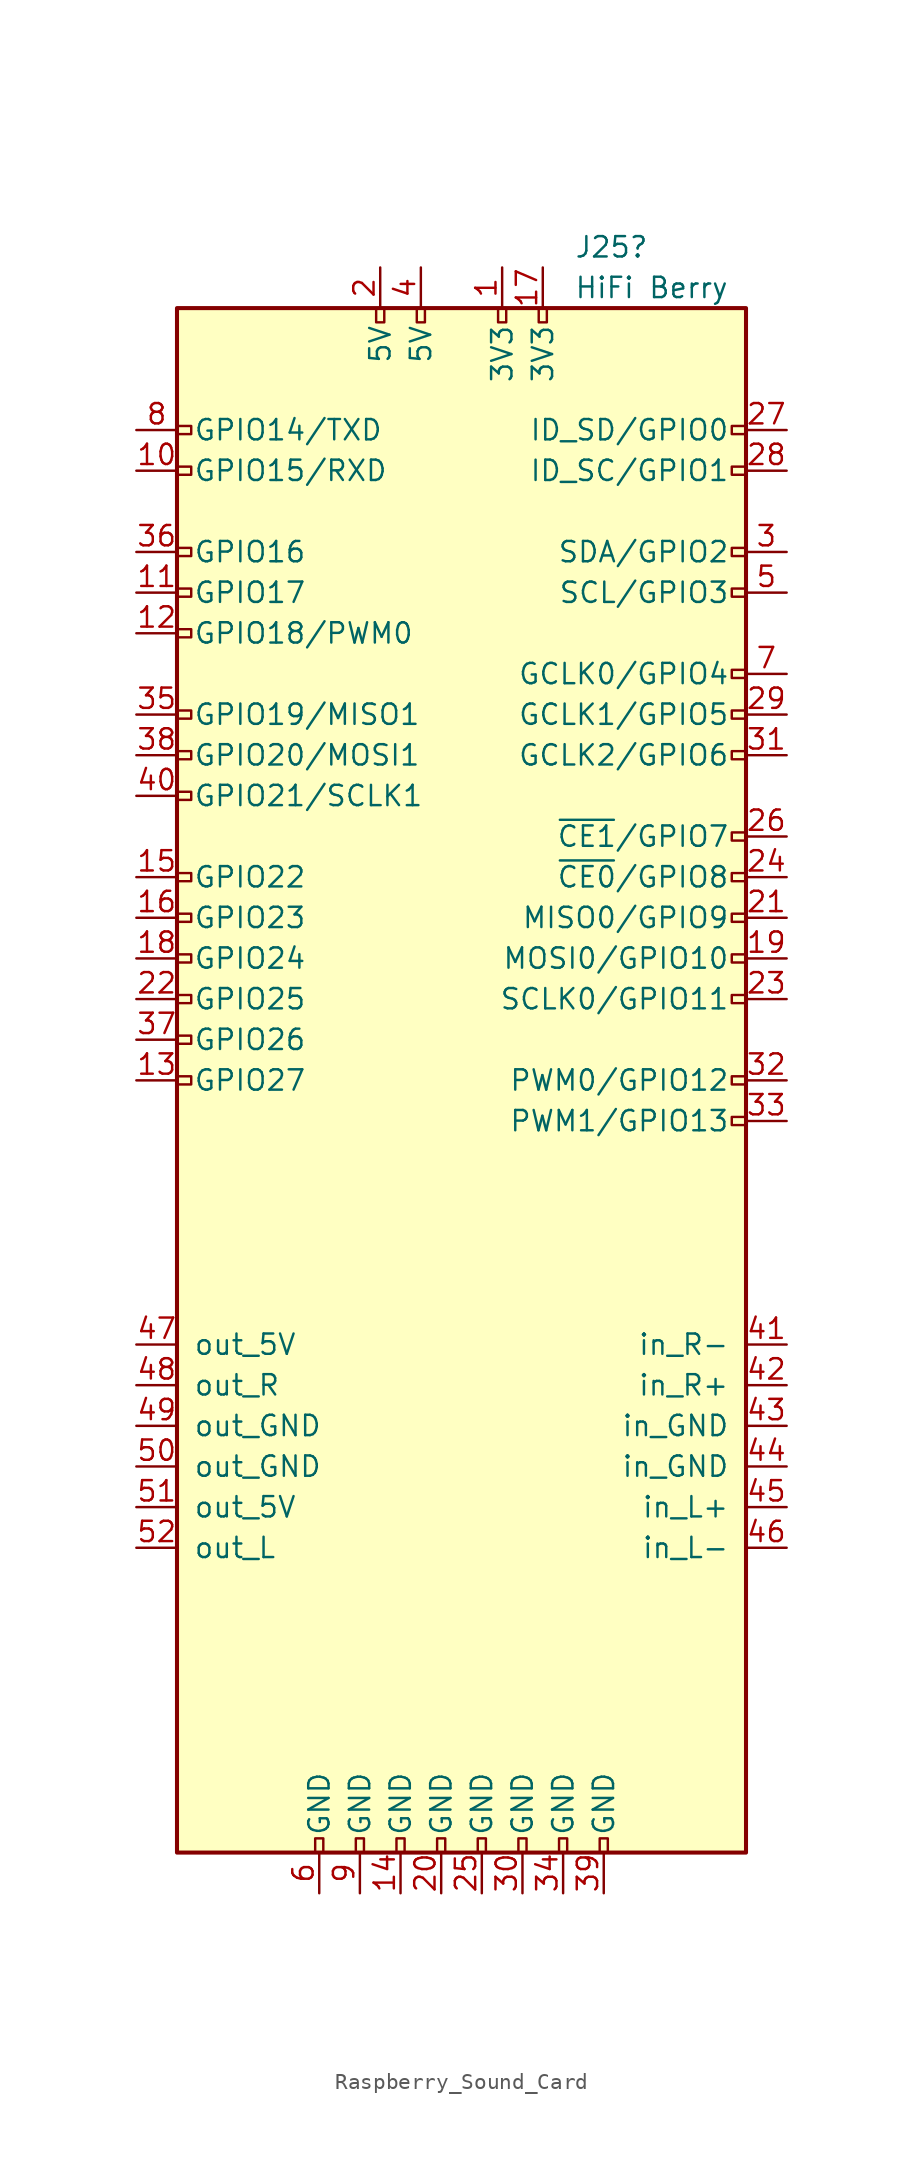
<source format=kicad_sym>
(kicad_symbol_lib
  (version 20220914)
  (generator kicad_symbol_editor)
  (symbol "Raspberry_Sound_Card"
    (pin_names
      (offset 1.016))
    (property "Reference" "J25"
      (at 7.036 34.29 0)
      (effects (font (size 1.27 1.27)) (justify left)))
    (property "Value" "HiFi Berry"
      (at 7.036 31.75 0)
      (effects (font (size 1.27 1.27)) (justify left)))
    (symbol "Raspberry_Sound_Card_0_1"
      (rectangle (start -17.78 30.48) (end 17.78 -66.04) (stroke (width 0.254) (type default)) (fill (type background))))
    (symbol "Raspberry_Sound_Card_1_1"
      (rectangle (start -16.891 -17.526) (end -17.78 -18.034) (stroke (width 0) (type default)) (fill (type none)))
      (rectangle (start -16.891 -14.986) (end -17.78 -15.494) (stroke (width 0) (type default)) (fill (type none)))
      (rectangle (start -16.891 -12.446) (end -17.78 -12.954) (stroke (width 0) (type default)) (fill (type none)))
      (rectangle (start -16.891 -9.906) (end -17.78 -10.414) (stroke (width 0) (type default)) (fill (type none)))
      (rectangle (start -16.891 -7.366) (end -17.78 -7.874) (stroke (width 0) (type default)) (fill (type none)))
      (rectangle (start -16.891 -4.826) (end -17.78 -5.334) (stroke (width 0) (type default)) (fill (type none)))
      (rectangle (start -16.891 0.254) (end -17.78 -0.254) (stroke (width 0) (type default)) (fill (type none)))
      (rectangle (start -16.891 2.794) (end -17.78 2.286) (stroke (width 0) (type default)) (fill (type none)))
      (rectangle (start -16.891 5.334) (end -17.78 4.826) (stroke (width 0) (type default)) (fill (type none)))
      (rectangle (start -16.891 10.414) (end -17.78 9.906) (stroke (width 0) (type default)) (fill (type none)))
      (rectangle (start -16.891 12.954) (end -17.78 12.446) (stroke (width 0) (type default)) (fill (type none)))
      (rectangle (start -16.891 15.494) (end -17.78 14.986) (stroke (width 0) (type default)) (fill (type none)))
      (rectangle (start -16.891 20.574) (end -17.78 20.066) (stroke (width 0) (type default)) (fill (type none)))
      (rectangle (start -16.891 23.114) (end -17.78 22.606) (stroke (width 0) (type default)) (fill (type none)))
      (rectangle (start -9.144 -65.151) (end -8.636 -66.04) (stroke (width 0) (type default)) (fill (type none)))
      (rectangle (start -6.604 -65.151) (end -6.096 -66.04) (stroke (width 0) (type default)) (fill (type none)))
      (rectangle (start -5.334 30.48) (end -4.826 29.591) (stroke (width 0) (type default)) (fill (type none)))
      (rectangle (start -4.064 -65.151) (end -3.556 -66.04) (stroke (width 0) (type default)) (fill (type none)))
      (rectangle (start -2.794 30.48) (end -2.286 29.591) (stroke (width 0) (type default)) (fill (type none)))
      (rectangle (start -1.524 -65.151) (end -1.016 -66.04) (stroke (width 0) (type default)) (fill (type none)))
      (rectangle (start 1.016 -65.151) (end 1.524 -66.04) (stroke (width 0) (type default)) (fill (type none)))
      (rectangle (start 2.286 30.48) (end 2.794 29.591) (stroke (width 0) (type default)) (fill (type none)))
      (rectangle (start 3.556 -65.151) (end 4.064 -66.04) (stroke (width 0) (type default)) (fill (type none)))
      (rectangle (start 4.826 30.48) (end 5.334 29.591) (stroke (width 0) (type default)) (fill (type none)))
      (rectangle (start 6.096 -65.151) (end 6.604 -66.04) (stroke (width 0) (type default)) (fill (type none)))
      (rectangle (start 8.636 -65.151) (end 9.144 -66.04) (stroke (width 0) (type default)) (fill (type none)))
      (rectangle (start 17.78 -20.066) (end 16.891 -20.574) (stroke (width 0) (type default)) (fill (type none)))
      (rectangle (start 17.78 -17.526) (end 16.891 -18.034) (stroke (width 0) (type default)) (fill (type none)))
      (rectangle (start 17.78 -12.446) (end 16.891 -12.954) (stroke (width 0) (type default)) (fill (type none)))
      (rectangle (start 17.78 -9.906) (end 16.891 -10.414) (stroke (width 0) (type default)) (fill (type none)))
      (rectangle (start 17.78 -7.366) (end 16.891 -7.874) (stroke (width 0) (type default)) (fill (type none)))
      (rectangle (start 17.78 -4.826) (end 16.891 -5.334) (stroke (width 0) (type default)) (fill (type none)))
      (rectangle (start 17.78 -2.286) (end 16.891 -2.794) (stroke (width 0) (type default)) (fill (type none)))
      (rectangle (start 17.78 2.794) (end 16.891 2.286) (stroke (width 0) (type default)) (fill (type none)))
      (rectangle (start 17.78 5.334) (end 16.891 4.826) (stroke (width 0) (type default)) (fill (type none)))
      (rectangle (start 17.78 7.874) (end 16.891 7.366) (stroke (width 0) (type default)) (fill (type none)))
      (rectangle (start 17.78 12.954) (end 16.891 12.446) (stroke (width 0) (type default)) (fill (type none)))
      (rectangle (start 17.78 15.494) (end 16.891 14.986) (stroke (width 0) (type default)) (fill (type none)))
      (rectangle (start 17.78 20.574) (end 16.891 20.066) (stroke (width 0) (type default)) (fill (type none)))
      (rectangle (start 17.78 23.114) (end 16.891 22.606) (stroke (width 0) (type default)) (fill (type none)))
      (pin power_in line (at 2.54 33.02 270) (length 2.54) (name "3V3" (effects (font (size 1.27 1.27)))) (number "1" (effects (font (size 1.27 1.27)))))
      (pin bidirectional line (at -20.32 20.32 0) (length 2.54) (name "GPIO15/RXD" (effects (font (size 1.27 1.27)))) (number "10" (effects (font (size 1.27 1.27)))))
      (pin bidirectional line (at -20.32 12.7 0) (length 2.54) (name "GPIO17" (effects (font (size 1.27 1.27)))) (number "11" (effects (font (size 1.27 1.27)))))
      (pin bidirectional line (at -20.32 10.16 0) (length 2.54) (name "GPIO18/PWM0" (effects (font (size 1.27 1.27)))) (number "12" (effects (font (size 1.27 1.27)))))
      (pin bidirectional line (at -20.32 -17.78 0) (length 2.54) (name "GPIO27" (effects (font (size 1.27 1.27)))) (number "13" (effects (font (size 1.27 1.27)))))
      (pin power_in line (at -3.81 -68.58 90) (length 2.54) (name "GND" (effects (font (size 1.27 1.27)))) (number "14" (effects (font (size 1.27 1.27)))))
      (pin bidirectional line (at -20.32 -5.08 0) (length 2.54) (name "GPIO22" (effects (font (size 1.27 1.27)))) (number "15" (effects (font (size 1.27 1.27)))))
      (pin bidirectional line (at -20.32 -7.62 0) (length 2.54) (name "GPIO23" (effects (font (size 1.27 1.27)))) (number "16" (effects (font (size 1.27 1.27)))))
      (pin power_in line (at 5.08 33.02 270) (length 2.54) (name "3V3" (effects (font (size 1.27 1.27)))) (number "17" (effects (font (size 1.27 1.27)))))
      (pin bidirectional line (at -20.32 -10.16 0) (length 2.54) (name "GPIO24" (effects (font (size 1.27 1.27)))) (number "18" (effects (font (size 1.27 1.27)))))
      (pin bidirectional line (at 20.32 -10.16 180) (length 2.54) (name "MOSI0/GPIO10" (effects (font (size 1.27 1.27)))) (number "19" (effects (font (size 1.27 1.27)))))
      (pin power_in line (at -5.08 33.02 270) (length 2.54) (name "5V" (effects (font (size 1.27 1.27)))) (number "2" (effects (font (size 1.27 1.27)))))
      (pin power_in line (at -1.27 -68.58 90) (length 2.54) (name "GND" (effects (font (size 1.27 1.27)))) (number "20" (effects (font (size 1.27 1.27)))))
      (pin bidirectional line (at 20.32 -7.62 180) (length 2.54) (name "MISO0/GPIO9" (effects (font (size 1.27 1.27)))) (number "21" (effects (font (size 1.27 1.27)))))
      (pin bidirectional line (at -20.32 -12.7 0) (length 2.54) (name "GPIO25" (effects (font (size 1.27 1.27)))) (number "22" (effects (font (size 1.27 1.27)))))
      (pin bidirectional line (at 20.32 -12.7 180) (length 2.54) (name "SCLK0/GPIO11" (effects (font (size 1.27 1.27)))) (number "23" (effects (font (size 1.27 1.27)))))
      (pin bidirectional line (at 20.32 -5.08 180) (length 2.54) (name "~{CE0}/GPIO8" (effects (font (size 1.27 1.27)))) (number "24" (effects (font (size 1.27 1.27)))))
      (pin power_in line (at 1.27 -68.58 90) (length 2.54) (name "GND" (effects (font (size 1.27 1.27)))) (number "25" (effects (font (size 1.27 1.27)))))
      (pin bidirectional line (at 20.32 -2.54 180) (length 2.54) (name "~{CE1}/GPIO7" (effects (font (size 1.27 1.27)))) (number "26" (effects (font (size 1.27 1.27)))))
      (pin bidirectional line (at 20.32 22.86 180) (length 2.54) (name "ID_SD/GPIO0" (effects (font (size 1.27 1.27)))) (number "27" (effects (font (size 1.27 1.27)))))
      (pin bidirectional line (at 20.32 20.32 180) (length 2.54) (name "ID_SC/GPIO1" (effects (font (size 1.27 1.27)))) (number "28" (effects (font (size 1.27 1.27)))))
      (pin bidirectional line (at 20.32 5.08 180) (length 2.54) (name "GCLK1/GPIO5" (effects (font (size 1.27 1.27)))) (number "29" (effects (font (size 1.27 1.27)))))
      (pin bidirectional line (at 20.32 15.24 180) (length 2.54) (name "SDA/GPIO2" (effects (font (size 1.27 1.27)))) (number "3" (effects (font (size 1.27 1.27)))))
      (pin power_in line (at 3.81 -68.58 90) (length 2.54) (name "GND" (effects (font (size 1.27 1.27)))) (number "30" (effects (font (size 1.27 1.27)))))
      (pin bidirectional line (at 20.32 2.54 180) (length 2.54) (name "GCLK2/GPIO6" (effects (font (size 1.27 1.27)))) (number "31" (effects (font (size 1.27 1.27)))))
      (pin bidirectional line (at 20.32 -17.78 180) (length 2.54) (name "PWM0/GPIO12" (effects (font (size 1.27 1.27)))) (number "32" (effects (font (size 1.27 1.27)))))
      (pin bidirectional line (at 20.32 -20.32 180) (length 2.54) (name "PWM1/GPIO13" (effects (font (size 1.27 1.27)))) (number "33" (effects (font (size 1.27 1.27)))))
      (pin power_in line (at 6.35 -68.58 90) (length 2.54) (name "GND" (effects (font (size 1.27 1.27)))) (number "34" (effects (font (size 1.27 1.27)))))
      (pin bidirectional line (at -20.32 5.08 0) (length 2.54) (name "GPIO19/MISO1" (effects (font (size 1.27 1.27)))) (number "35" (effects (font (size 1.27 1.27)))))
      (pin bidirectional line (at -20.32 15.24 0) (length 2.54) (name "GPIO16" (effects (font (size 1.27 1.27)))) (number "36" (effects (font (size 1.27 1.27)))))
      (pin bidirectional line (at -20.32 -15.24 0) (length 2.54) (name "GPIO26" (effects (font (size 1.27 1.27)))) (number "37" (effects (font (size 1.27 1.27)))))
      (pin bidirectional line (at -20.32 2.54 0) (length 2.54) (name "GPIO20/MOSI1" (effects (font (size 1.27 1.27)))) (number "38" (effects (font (size 1.27 1.27)))))
      (pin power_in line (at 8.89 -68.58 90) (length 2.54) (name "GND" (effects (font (size 1.27 1.27)))) (number "39" (effects (font (size 1.27 1.27)))))
      (pin power_in line (at -2.54 33.02 270) (length 2.54) (name "5V" (effects (font (size 1.27 1.27)))) (number "4" (effects (font (size 1.27 1.27)))))
      (pin bidirectional line (at -20.32 0 0) (length 2.54) (name "GPIO21/SCLK1" (effects (font (size 1.27 1.27)))) (number "40" (effects (font (size 1.27 1.27)))))
      (pin input line (at 20.32 -34.29 180) (length 2.54) (name "in_R-" (effects (font (size 1.27 1.27)))) (number "41" (effects (font (size 1.27 1.27)))))
      (pin input line (at 20.32 -36.83 180) (length 2.54) (name "in_R+" (effects (font (size 1.27 1.27)))) (number "42" (effects (font (size 1.27 1.27)))))
      (pin input line (at 20.32 -39.37 180) (length 2.54) (name "in_GND" (effects (font (size 1.27 1.27)))) (number "43" (effects (font (size 1.27 1.27)))))
      (pin input line (at 20.32 -41.91 180) (length 2.54) (name "in_GND" (effects (font (size 1.27 1.27)))) (number "44" (effects (font (size 1.27 1.27)))))
      (pin input line (at 20.32 -44.45 180) (length 2.54) (name "in_L+" (effects (font (size 1.27 1.27)))) (number "45" (effects (font (size 1.27 1.27)))))
      (pin input line (at 20.32 -46.99 180) (length 2.54) (name "in_L-" (effects (font (size 1.27 1.27)))) (number "46" (effects (font (size 1.27 1.27)))))
      (pin power_out line (at -20.32 -34.29 0) (length 2.54) (name "out_5V" (effects (font (size 1.27 1.27)))) (number "47" (effects (font (size 1.27 1.27)))))
      (pin output line (at -20.32 -36.83 0) (length 2.54) (name "out_R" (effects (font (size 1.27 1.27)))) (number "48" (effects (font (size 1.27 1.27)))))
      (pin input line (at -20.32 -39.37 0) (length 2.54) (name "out_GND" (effects (font (size 1.27 1.27)))) (number "49" (effects (font (size 1.27 1.27)))))
      (pin bidirectional line (at 20.32 12.7 180) (length 2.54) (name "SCL/GPIO3" (effects (font (size 1.27 1.27)))) (number "5" (effects (font (size 1.27 1.27)))))
      (pin input line (at -20.32 -41.91 0) (length 2.54) (name "out_GND" (effects (font (size 1.27 1.27)))) (number "50" (effects (font (size 1.27 1.27)))))
      (pin power_out line (at -20.32 -44.45 0) (length 2.54) (name "out_5V" (effects (font (size 1.27 1.27)))) (number "51" (effects (font (size 1.27 1.27)))))
      (pin output line (at -20.32 -46.99 0) (length 2.54) (name "out_L" (effects (font (size 1.27 1.27)))) (number "52" (effects (font (size 1.27 1.27)))))
      (pin power_in line (at -8.89 -68.58 90) (length 2.54) (name "GND" (effects (font (size 1.27 1.27)))) (number "6" (effects (font (size 1.27 1.27)))))
      (pin bidirectional line (at 20.32 7.62 180) (length 2.54) (name "GCLK0/GPIO4" (effects (font (size 1.27 1.27)))) (number "7" (effects (font (size 1.27 1.27)))))
      (pin bidirectional line (at -20.32 22.86 0) (length 2.54) (name "GPIO14/TXD" (effects (font (size 1.27 1.27)))) (number "8" (effects (font (size 1.27 1.27)))))
      (pin power_in line (at -6.35 -68.58 90) (length 2.54) (name "GND" (effects (font (size 1.27 1.27)))) (number "9" (effects (font (size 1.27 1.27))))))))
</source>
